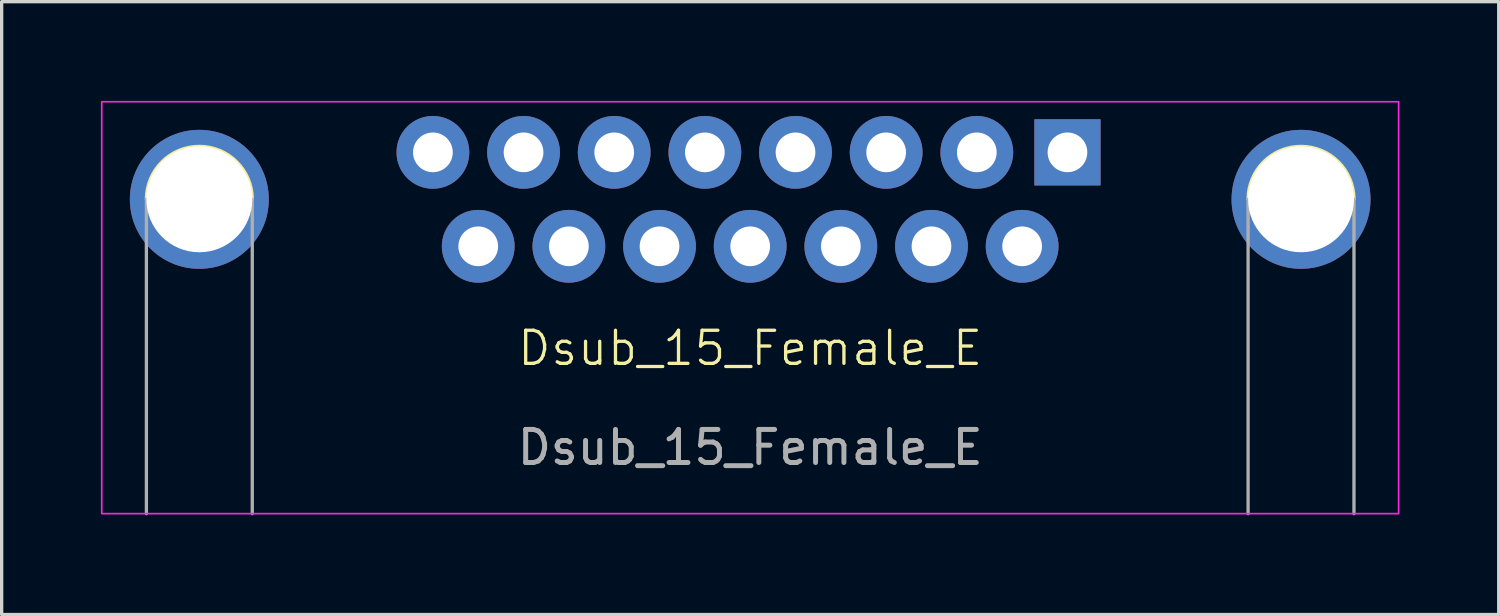
<source format=kicad_pcb>
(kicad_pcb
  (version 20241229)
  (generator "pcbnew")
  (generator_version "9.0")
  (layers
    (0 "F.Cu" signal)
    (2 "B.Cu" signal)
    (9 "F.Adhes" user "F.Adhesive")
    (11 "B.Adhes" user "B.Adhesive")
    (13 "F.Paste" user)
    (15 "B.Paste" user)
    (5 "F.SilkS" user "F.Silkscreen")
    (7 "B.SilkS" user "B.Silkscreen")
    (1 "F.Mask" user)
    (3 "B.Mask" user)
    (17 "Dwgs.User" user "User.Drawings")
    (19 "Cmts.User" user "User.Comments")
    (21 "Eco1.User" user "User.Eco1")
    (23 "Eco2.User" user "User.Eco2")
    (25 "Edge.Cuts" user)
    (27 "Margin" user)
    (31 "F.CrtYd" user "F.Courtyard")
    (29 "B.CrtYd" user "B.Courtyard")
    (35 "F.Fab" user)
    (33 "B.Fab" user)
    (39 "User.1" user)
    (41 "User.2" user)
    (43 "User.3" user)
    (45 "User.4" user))
  (footprint "Dsub_15_Female_E"
    (layer "F.Cu")
    (at 19.625 2.975)
    (property "Reference" "Dsub_15_Female_E" (at 0 4.5 0) (unlocked yes) (layer "F.SilkS") (effects (font (size 1 1) (thickness 0.1))))
    (attr through_hole)
    (fp_arc (start -18.25 0) (mid -16.65 -1.6) (end -15.05 0) (stroke (width 0.1) (type default)) (layer "F.SilkS"))
    (fp_arc (start 15.05 0) (mid 16.65 -1.6) (end 18.25 0) (stroke (width 0.1) (type default)) (layer "F.SilkS"))
    (fp_rect (start -19.6 -2.95) (end 19.6 9.5) (stroke (width 0.05) (type solid)) (fill no) (layer "F.CrtYd"))
    (fp_line (start -18.25 9.5) (end -18.25 0) (stroke (width 0.1) (type solid)) (layer "F.Fab"))
    (fp_line (start -15.05 9.5) (end -15.05 0) (stroke (width 0.1) (type solid)) (layer "F.Fab"))
    (fp_line (start 15.05 9.5) (end 15.05 0) (stroke (width 0.1) (type solid)) (layer "F.Fab"))
    (fp_line (start 18.25 9.5) (end 18.25 0) (stroke (width 0.1) (type solid)) (layer "F.Fab"))
    (fp_text user "${REFERENCE}" (at 0 7.5 0) (unlocked yes) (layer "F.Fab") (effects (font (size 1 1) (thickness 0.15))))
    (pad "0" thru_hole circle (at -16.65 0) (size 4.2 4.2) (drill 3.2) (layers "*.Cu" "*.Mask"))
    (pad "0" thru_hole circle (at 16.65 0) (size 4.2 4.2) (drill 3.2) (layers "*.Cu" "*.Mask"))
    (pad "1" thru_hole rect (at 9.59 -1.42) (size 2 2) (drill 1.2) (layers "*.Cu" "*.Mask"))
    (pad "2" thru_hole circle (at 6.85 -1.42) (size 2.2 2.2) (drill 1.2) (layers "*.Cu" "*.Mask"))
    (pad "3" thru_hole circle (at 4.11 -1.42) (size 2.2 2.2) (drill 1.2) (layers "*.Cu" "*.Mask"))
    (pad "4" thru_hole circle (at 1.37 -1.42) (size 2.2 2.2) (drill 1.2) (layers "*.Cu" "*.Mask"))
    (pad "5" thru_hole circle (at -1.37 -1.42) (size 2.2 2.2) (drill 1.2) (layers "*.Cu" "*.Mask"))
    (pad "6" thru_hole circle (at -4.11 -1.42) (size 2.2 2.2) (drill 1.2) (layers "*.Cu" "*.Mask"))
    (pad "7" thru_hole circle (at -6.85 -1.42) (size 2.2 2.2) (drill 1.2) (layers "*.Cu" "*.Mask"))
    (pad "8" thru_hole circle (at -9.59 -1.42) (size 2.2 2.2) (drill 1.2) (layers "*.Cu" "*.Mask"))
    (pad "9" thru_hole circle (at 8.22 1.42) (size 2.2 2.2) (drill 1.2) (layers "*.Cu" "*.Mask"))
    (pad "10" thru_hole circle (at 5.48 1.42) (size 2.2 2.2) (drill 1.2) (layers "*.Cu" "*.Mask"))
    (pad "11" thru_hole circle (at 2.74 1.42) (size 2.2 2.2) (drill 1.2) (layers "*.Cu" "*.Mask"))
    (pad "12" thru_hole circle (at 0 1.42) (size 2.2 2.2) (drill 1.2) (layers "*.Cu" "*.Mask"))
    (pad "13" thru_hole circle (at -2.74 1.42) (size 2.2 2.2) (drill 1.2) (layers "*.Cu" "*.Mask"))
    (pad "14" thru_hole circle (at -5.48 1.42) (size 2.2 2.2) (drill 1.2) (layers "*.Cu" "*.Mask"))
    (pad "15" thru_hole circle (at -8.22 1.42) (size 2.2 2.2) (drill 1.2) (layers "*.Cu" "*.Mask")))
  (gr_rect
    (start -3 -3)
    (end 42.25 15.525)
    (stroke (width 0.1) (type default))
    (fill no)
    (layer "Edge.Cuts")))
</source>
